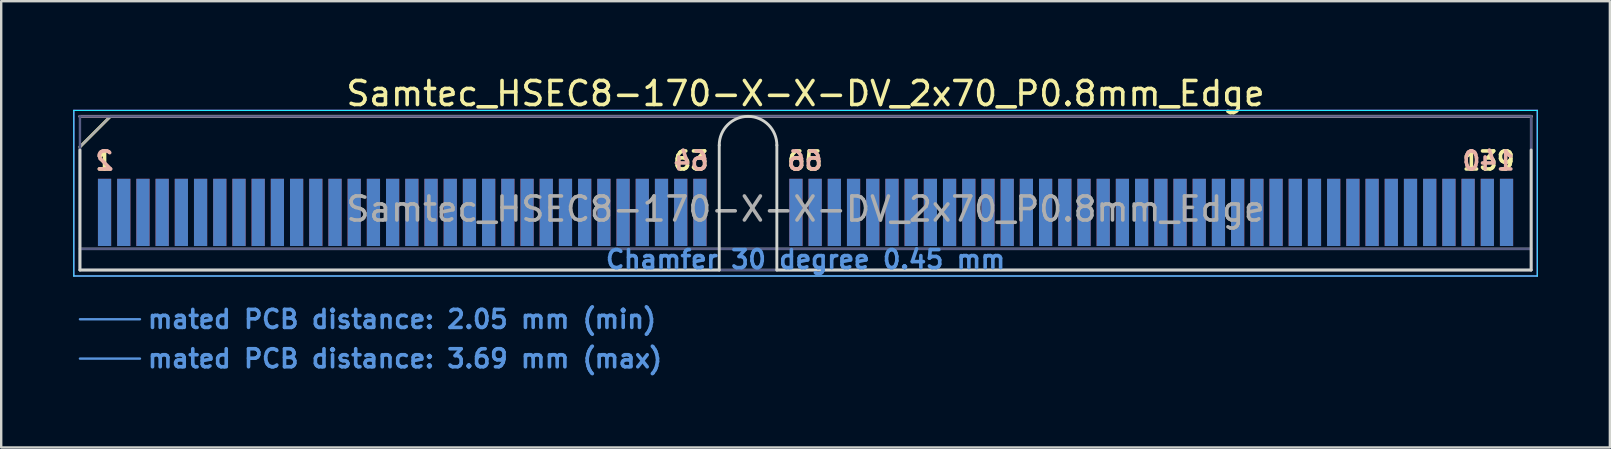
<source format=kicad_pcb>
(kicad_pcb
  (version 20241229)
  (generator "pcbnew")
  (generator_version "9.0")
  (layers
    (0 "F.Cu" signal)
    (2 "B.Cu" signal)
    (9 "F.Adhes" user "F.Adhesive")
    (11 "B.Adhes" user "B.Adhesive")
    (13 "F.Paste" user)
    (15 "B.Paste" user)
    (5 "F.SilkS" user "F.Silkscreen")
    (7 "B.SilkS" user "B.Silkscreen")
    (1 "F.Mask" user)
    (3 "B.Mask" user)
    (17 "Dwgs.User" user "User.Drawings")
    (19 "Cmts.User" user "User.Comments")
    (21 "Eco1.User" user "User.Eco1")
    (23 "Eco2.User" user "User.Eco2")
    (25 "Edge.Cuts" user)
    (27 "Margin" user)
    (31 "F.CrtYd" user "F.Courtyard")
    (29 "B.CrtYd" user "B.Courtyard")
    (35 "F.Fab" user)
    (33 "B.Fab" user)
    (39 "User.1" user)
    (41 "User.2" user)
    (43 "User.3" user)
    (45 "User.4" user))
  (footprint "Samtec_HSEC8-170-X-X-DV_2x70_P0.8mm_Edge"
    (layer "F.Cu")
    (at 30.505 8.198)
    (property "Reference" "Samtec_HSEC8-170-X-X-DV_2x70_P0.8mm_Edge" (at 0 -7.35 0) (layer "F.SilkS") (effects (font (size 1 1) (thickness 0.15))))
    (attr exclude_from_pos_files exclude_from_bom)
    (fp_line (start -30.225 -5.13) (end -28.955 -6.4) (stroke (width 0.12) (type solid)) (layer "F.SilkS"))
    (fp_line (start -28.955 -6.4) (end 30.225 -6.4) (stroke (width 0.12) (type solid)) (layer "F.SilkS"))
    (fp_line (start -30.225 -6.4) (end -30.225 -6.4) (stroke (width 0.12) (type solid)) (layer "B.SilkS"))
    (fp_line (start -30.225 -6.4) (end 30.225 -6.4) (stroke (width 0.12) (type solid)) (layer "B.SilkS"))
    (fp_line (start -30.225 2.05) (end -27.725 2.05) (stroke (width 0.1) (type solid)) (layer "Cmts.User"))
    (fp_line (start -30.225 3.69) (end -27.725 3.69) (stroke (width 0.1) (type solid)) (layer "Cmts.User"))
    (fp_line (start -30.225 -5) (end -30.225 0) (stroke (width 0.12) (type solid)) (layer "Edge.Cuts"))
    (fp_line (start -30.225 0) (end -3.595 0) (stroke (width 0.12) (type solid)) (layer "Edge.Cuts"))
    (fp_line (start -3.595 0) (end -3.595 -5.2) (stroke (width 0.12) (type solid)) (layer "Edge.Cuts"))
    (fp_line (start -1.195 -5.2) (end -1.195 0) (stroke (width 0.12) (type solid)) (layer "Edge.Cuts"))
    (fp_line (start -1.195 0) (end 30.225 0) (stroke (width 0.12) (type solid)) (layer "Edge.Cuts"))
    (fp_line (start 30.225 0) (end 30.225 -5) (stroke (width 0.12) (type solid)) (layer "Edge.Cuts"))
    (fp_arc (start -3.595 -5.2) (mid -2.395 -6.4) (end -1.195 -5.2) (stroke (width 0.12) (type solid)) (layer "Edge.Cuts"))
    (fp_line (start -30.48 -6.65) (end -30.48 0.25) (stroke (width 0.05) (type solid)) (layer "B.CrtYd"))
    (fp_line (start -30.48 0.25) (end 30.48 0.25) (stroke (width 0.05) (type solid)) (layer "B.CrtYd"))
    (fp_line (start 30.48 -6.65) (end -30.48 -6.65) (stroke (width 0.05) (type solid)) (layer "B.CrtYd"))
    (fp_line (start 30.48 0.25) (end 30.48 -6.65) (stroke (width 0.05) (type solid)) (layer "B.CrtYd"))
    (fp_line (start -30.48 -6.65) (end -30.48 0.25) (stroke (width 0.05) (type solid)) (layer "F.CrtYd"))
    (fp_line (start -30.48 0.25) (end 30.48 0.25) (stroke (width 0.05) (type solid)) (layer "F.CrtYd"))
    (fp_line (start 30.48 -6.65) (end -30.48 -6.65) (stroke (width 0.05) (type solid)) (layer "F.CrtYd"))
    (fp_line (start 30.48 0.25) (end 30.48 -6.65) (stroke (width 0.05) (type solid)) (layer "F.CrtYd"))
    (fp_line (start -30.225 -6.4) (end -30.225 -6.4) (stroke (width 0.1) (type solid)) (layer "B.Fab"))
    (fp_line (start -30.225 -6.4) (end -30.225 0) (stroke (width 0.1) (type solid)) (layer "B.Fab"))
    (fp_line (start -30.225 -6.4) (end 30.225 -6.4) (stroke (width 0.1) (type solid)) (layer "B.Fab"))
    (fp_line (start -30.225 -0.88) (end 30.225 -0.88) (stroke (width 0.1) (type solid)) (layer "B.Fab"))
    (fp_line (start -30.225 0) (end 30.225 0) (stroke (width 0.1) (type solid)) (layer "B.Fab"))
    (fp_line (start 30.225 -6.4) (end 30.225 0) (stroke (width 0.1) (type solid)) (layer "B.Fab"))
    (fp_line (start -30.225 -5.13) (end -30.225 0) (stroke (width 0.1) (type solid)) (layer "F.Fab"))
    (fp_line (start -30.225 -5.13) (end -28.955 -6.4) (stroke (width 0.1) (type solid)) (layer "F.Fab"))
    (fp_line (start -30.225 -0.88) (end 30.225 -0.88) (stroke (width 0.1) (type solid)) (layer "F.Fab"))
    (fp_line (start -30.225 0) (end 30.225 0) (stroke (width 0.1) (type solid)) (layer "F.Fab"))
    (fp_line (start -28.955 -6.4) (end 30.225 -6.4) (stroke (width 0.1) (type solid)) (layer "F.Fab"))
    (fp_line (start 30.225 -6.4) (end 30.225 0) (stroke (width 0.1) (type solid)) (layer "F.Fab"))
    (fp_text user "1" (at -29.2 -4.55 0) (layer "F.SilkS") (effects (font (size 0.75 0.75) (thickness 0.15))))
    (fp_text user "139" (at 28.45 -4.55 0) (layer "F.SilkS") (effects (font (size 0.75 0.75) (thickness 0.15))))
    (fp_text user "65" (at -0.025 -4.55 0) (layer "F.SilkS") (effects (font (size 0.75 0.75) (thickness 0.15))))
    (fp_text user "63" (at -4.775 -4.55 0) (layer "F.SilkS") (effects (font (size 0.75 0.75) (thickness 0.15))))
    (fp_text user "140" (at 28.45 -4.55 0) (layer "B.SilkS") (effects (font (size 0.75 0.75) (thickness 0.15)) (justify mirror)))
    (fp_text user "64" (at -4.775 -4.55 0) (layer "B.SilkS") (effects (font (size 0.75 0.75) (thickness 0.15)) (justify mirror)))
    (fp_text user "66" (at -0.025 -4.55 0) (layer "B.SilkS") (effects (font (size 0.75 0.75) (thickness 0.15)) (justify mirror)))
    (fp_text user "2" (at -29.2 -4.55 0) (layer "B.SilkS") (effects (font (size 0.75 0.75) (thickness 0.15)) (justify mirror)))
    (fp_text user "mated PCB distance: 3.69 mm (max)" (at -27.48 3.69 0) (layer "Cmts.User") (effects (font (size 0.75 0.75) (thickness 0.15)) (justify left)))
    (fp_text user "mated PCB distance: 2.05 mm (min)" (at -27.48 2.05 0) (layer "Cmts.User") (effects (font (size 0.75 0.75) (thickness 0.15)) (justify left)))
    (fp_text user "Chamfer 30 degree 0.45 mm" (at 0 -0.44 0) (layer "Cmts.User") (effects (font (size 0.75 0.75) (thickness 0.15))))
    (fp_text user "${REFERENCE}" (at 0 -2.54 0) (layer "F.Fab") (effects (font (size 1 1) (thickness 0.15))))
    (pad "1" connect rect (at -29.2 -2.4) (size 0.55 2.8) (layers "F.Cu" "F.Mask"))
    (pad "2" connect rect (at -29.2 -2.4) (size 0.55 2.8) (layers "B.Cu" "B.Mask"))
    (pad "3" connect rect (at -28.4 -2.4) (size 0.55 2.8) (layers "F.Cu" "F.Mask"))
    (pad "4" connect rect (at -28.4 -2.4) (size 0.55 2.8) (layers "B.Cu" "B.Mask"))
    (pad "5" connect rect (at -27.6 -2.4) (size 0.55 2.8) (layers "F.Cu" "F.Mask"))
    (pad "6" connect rect (at -27.6 -2.4) (size 0.55 2.8) (layers "B.Cu" "B.Mask"))
    (pad "7" connect rect (at -26.8 -2.4) (size 0.55 2.8) (layers "F.Cu" "F.Mask"))
    (pad "8" connect rect (at -26.8 -2.4) (size 0.55 2.8) (layers "B.Cu" "B.Mask"))
    (pad "9" connect rect (at -26 -2.4) (size 0.55 2.8) (layers "F.Cu" "F.Mask"))
    (pad "10" connect rect (at -26 -2.4) (size 0.55 2.8) (layers "B.Cu" "B.Mask"))
    (pad "11" connect rect (at -25.2 -2.4) (size 0.55 2.8) (layers "F.Cu" "F.Mask"))
    (pad "12" connect rect (at -25.2 -2.4) (size 0.55 2.8) (layers "B.Cu" "B.Mask"))
    (pad "13" connect rect (at -24.4 -2.4) (size 0.55 2.8) (layers "F.Cu" "F.Mask"))
    (pad "14" connect rect (at -24.4 -2.4) (size 0.55 2.8) (layers "B.Cu" "B.Mask"))
    (pad "15" connect rect (at -23.6 -2.4) (size 0.55 2.8) (layers "F.Cu" "F.Mask"))
    (pad "16" connect rect (at -23.6 -2.4) (size 0.55 2.8) (layers "B.Cu" "B.Mask"))
    (pad "17" connect rect (at -22.8 -2.4) (size 0.55 2.8) (layers "F.Cu" "F.Mask"))
    (pad "18" connect rect (at -22.8 -2.4) (size 0.55 2.8) (layers "B.Cu" "B.Mask"))
    (pad "19" connect rect (at -22 -2.4) (size 0.55 2.8) (layers "F.Cu" "F.Mask"))
    (pad "20" connect rect (at -22 -2.4) (size 0.55 2.8) (layers "B.Cu" "B.Mask"))
    (pad "21" connect rect (at -21.2 -2.4) (size 0.55 2.8) (layers "F.Cu" "F.Mask"))
    (pad "22" connect rect (at -21.2 -2.4) (size 0.55 2.8) (layers "B.Cu" "B.Mask"))
    (pad "23" connect rect (at -20.4 -2.4) (size 0.55 2.8) (layers "F.Cu" "F.Mask"))
    (pad "24" connect rect (at -20.4 -2.4) (size 0.55 2.8) (layers "B.Cu" "B.Mask"))
    (pad "25" connect rect (at -19.6 -2.4) (size 0.55 2.8) (layers "F.Cu" "F.Mask"))
    (pad "26" connect rect (at -19.6 -2.4) (size 0.55 2.8) (layers "B.Cu" "B.Mask"))
    (pad "27" connect rect (at -18.8 -2.4) (size 0.55 2.8) (layers "F.Cu" "F.Mask"))
    (pad "28" connect rect (at -18.8 -2.4) (size 0.55 2.8) (layers "B.Cu" "B.Mask"))
    (pad "29" connect rect (at -18 -2.4) (size 0.55 2.8) (layers "F.Cu" "F.Mask"))
    (pad "30" connect rect (at -18 -2.4) (size 0.55 2.8) (layers "B.Cu" "B.Mask"))
    (pad "31" connect rect (at -17.2 -2.4) (size 0.55 2.8) (layers "F.Cu" "F.Mask"))
    (pad "32" connect rect (at -17.2 -2.4) (size 0.55 2.8) (layers "B.Cu" "B.Mask"))
    (pad "33" connect rect (at -16.4 -2.4) (size 0.55 2.8) (layers "F.Cu" "F.Mask"))
    (pad "34" connect rect (at -16.4 -2.4) (size 0.55 2.8) (layers "B.Cu" "B.Mask"))
    (pad "35" connect rect (at -15.6 -2.4) (size 0.55 2.8) (layers "F.Cu" "F.Mask"))
    (pad "36" connect rect (at -15.6 -2.4) (size 0.55 2.8) (layers "B.Cu" "B.Mask"))
    (pad "37" connect rect (at -14.8 -2.4) (size 0.55 2.8) (layers "F.Cu" "F.Mask"))
    (pad "38" connect rect (at -14.8 -2.4) (size 0.55 2.8) (layers "B.Cu" "B.Mask"))
    (pad "39" connect rect (at -14 -2.4) (size 0.55 2.8) (layers "F.Cu" "F.Mask"))
    (pad "40" connect rect (at -14 -2.4) (size 0.55 2.8) (layers "B.Cu" "B.Mask"))
    (pad "41" connect rect (at -13.2 -2.4) (size 0.55 2.8) (layers "F.Cu" "F.Mask"))
    (pad "42" connect rect (at -13.2 -2.4) (size 0.55 2.8) (layers "B.Cu" "B.Mask"))
    (pad "43" connect rect (at -12.4 -2.4) (size 0.55 2.8) (layers "F.Cu" "F.Mask"))
    (pad "44" connect rect (at -12.4 -2.4) (size 0.55 2.8) (layers "B.Cu" "B.Mask"))
    (pad "45" connect rect (at -11.6 -2.4) (size 0.55 2.8) (layers "F.Cu" "F.Mask"))
    (pad "46" connect rect (at -11.6 -2.4) (size 0.55 2.8) (layers "B.Cu" "B.Mask"))
    (pad "47" connect rect (at -10.8 -2.4) (size 0.55 2.8) (layers "F.Cu" "F.Mask"))
    (pad "48" connect rect (at -10.8 -2.4) (size 0.55 2.8) (layers "B.Cu" "B.Mask"))
    (pad "49" connect rect (at -10 -2.4) (size 0.55 2.8) (layers "F.Cu" "F.Mask"))
    (pad "50" connect rect (at -10 -2.4) (size 0.55 2.8) (layers "B.Cu" "B.Mask"))
    (pad "51" connect rect (at -9.2 -2.4) (size 0.55 2.8) (layers "F.Cu" "F.Mask"))
    (pad "52" connect rect (at -9.2 -2.4) (size 0.55 2.8) (layers "B.Cu" "B.Mask"))
    (pad "53" connect rect (at -8.4 -2.4) (size 0.55 2.8) (layers "F.Cu" "F.Mask"))
    (pad "54" connect rect (at -8.4 -2.4) (size 0.55 2.8) (layers "B.Cu" "B.Mask"))
    (pad "55" connect rect (at -7.6 -2.4) (size 0.55 2.8) (layers "F.Cu" "F.Mask"))
    (pad "56" connect rect (at -7.6 -2.4) (size 0.55 2.8) (layers "B.Cu" "B.Mask"))
    (pad "57" connect rect (at -6.8 -2.4) (size 0.55 2.8) (layers "F.Cu" "F.Mask"))
    (pad "58" connect rect (at -6.8 -2.4) (size 0.55 2.8) (layers "B.Cu" "B.Mask"))
    (pad "59" connect rect (at -6 -2.4) (size 0.55 2.8) (layers "F.Cu" "F.Mask"))
    (pad "60" connect rect (at -6 -2.4) (size 0.55 2.8) (layers "B.Cu" "B.Mask"))
    (pad "61" connect rect (at -5.2 -2.4) (size 0.55 2.8) (layers "F.Cu" "F.Mask"))
    (pad "62" connect rect (at -5.2 -2.4) (size 0.55 2.8) (layers "B.Cu" "B.Mask"))
    (pad "63" connect rect (at -4.4 -2.4) (size 0.55 2.8) (layers "F.Cu" "F.Mask"))
    (pad "64" connect rect (at -4.4 -2.4) (size 0.55 2.8) (layers "B.Cu" "B.Mask"))
    (pad "65" connect rect (at -0.4 -2.4) (size 0.55 2.8) (layers "F.Cu" "F.Mask"))
    (pad "66" connect rect (at -0.4 -2.4) (size 0.55 2.8) (layers "B.Cu" "B.Mask"))
    (pad "67" connect rect (at 0.4 -2.4) (size 0.55 2.8) (layers "F.Cu" "F.Mask"))
    (pad "68" connect rect (at 0.4 -2.4) (size 0.55 2.8) (layers "B.Cu" "B.Mask"))
    (pad "69" connect rect (at 1.2 -2.4) (size 0.55 2.8) (layers "F.Cu" "F.Mask"))
    (pad "70" connect rect (at 1.2 -2.4) (size 0.55 2.8) (layers "B.Cu" "B.Mask"))
    (pad "71" connect rect (at 2 -2.4) (size 0.55 2.8) (layers "F.Cu" "F.Mask"))
    (pad "72" connect rect (at 2 -2.4) (size 0.55 2.8) (layers "B.Cu" "B.Mask"))
    (pad "73" connect rect (at 2.8 -2.4) (size 0.55 2.8) (layers "F.Cu" "F.Mask"))
    (pad "74" connect rect (at 2.8 -2.4) (size 0.55 2.8) (layers "B.Cu" "B.Mask"))
    (pad "75" connect rect (at 3.6 -2.4) (size 0.55 2.8) (layers "F.Cu" "F.Mask"))
    (pad "76" connect rect (at 3.6 -2.4) (size 0.55 2.8) (layers "B.Cu" "B.Mask"))
    (pad "77" connect rect (at 4.4 -2.4) (size 0.55 2.8) (layers "F.Cu" "F.Mask"))
    (pad "78" connect rect (at 4.4 -2.4) (size 0.55 2.8) (layers "B.Cu" "B.Mask"))
    (pad "79" connect rect (at 5.2 -2.4) (size 0.55 2.8) (layers "F.Cu" "F.Mask"))
    (pad "80" connect rect (at 5.2 -2.4) (size 0.55 2.8) (layers "B.Cu" "B.Mask"))
    (pad "81" connect rect (at 6 -2.4) (size 0.55 2.8) (layers "F.Cu" "F.Mask"))
    (pad "82" connect rect (at 6 -2.4) (size 0.55 2.8) (layers "B.Cu" "B.Mask"))
    (pad "83" connect rect (at 6.8 -2.4) (size 0.55 2.8) (layers "F.Cu" "F.Mask"))
    (pad "84" connect rect (at 6.8 -2.4) (size 0.55 2.8) (layers "B.Cu" "B.Mask"))
    (pad "85" connect rect (at 7.6 -2.4) (size 0.55 2.8) (layers "F.Cu" "F.Mask"))
    (pad "86" connect rect (at 7.6 -2.4) (size 0.55 2.8) (layers "B.Cu" "B.Mask"))
    (pad "87" connect rect (at 8.4 -2.4) (size 0.55 2.8) (layers "F.Cu" "F.Mask"))
    (pad "88" connect rect (at 8.4 -2.4) (size 0.55 2.8) (layers "B.Cu" "B.Mask"))
    (pad "89" connect rect (at 9.2 -2.4) (size 0.55 2.8) (layers "F.Cu" "F.Mask"))
    (pad "90" connect rect (at 9.2 -2.4) (size 0.55 2.8) (layers "B.Cu" "B.Mask"))
    (pad "91" connect rect (at 10 -2.4) (size 0.55 2.8) (layers "F.Cu" "F.Mask"))
    (pad "92" connect rect (at 10 -2.4) (size 0.55 2.8) (layers "B.Cu" "B.Mask"))
    (pad "93" connect rect (at 10.8 -2.4) (size 0.55 2.8) (layers "F.Cu" "F.Mask"))
    (pad "94" connect rect (at 10.8 -2.4) (size 0.55 2.8) (layers "B.Cu" "B.Mask"))
    (pad "95" connect rect (at 11.6 -2.4) (size 0.55 2.8) (layers "F.Cu" "F.Mask"))
    (pad "96" connect rect (at 11.6 -2.4) (size 0.55 2.8) (layers "B.Cu" "B.Mask"))
    (pad "97" connect rect (at 12.4 -2.4) (size 0.55 2.8) (layers "F.Cu" "F.Mask"))
    (pad "98" connect rect (at 12.4 -2.4) (size 0.55 2.8) (layers "B.Cu" "B.Mask"))
    (pad "99" connect rect (at 13.2 -2.4) (size 0.55 2.8) (layers "F.Cu" "F.Mask"))
    (pad "100" connect rect (at 13.2 -2.4) (size 0.55 2.8) (layers "B.Cu" "B.Mask"))
    (pad "101" connect rect (at 14 -2.4) (size 0.55 2.8) (layers "F.Cu" "F.Mask"))
    (pad "102" connect rect (at 14 -2.4) (size 0.55 2.8) (layers "B.Cu" "B.Mask"))
    (pad "103" connect rect (at 14.8 -2.4) (size 0.55 2.8) (layers "F.Cu" "F.Mask"))
    (pad "104" connect rect (at 14.8 -2.4) (size 0.55 2.8) (layers "B.Cu" "B.Mask"))
    (pad "105" connect rect (at 15.6 -2.4) (size 0.55 2.8) (layers "F.Cu" "F.Mask"))
    (pad "106" connect rect (at 15.6 -2.4) (size 0.55 2.8) (layers "B.Cu" "B.Mask"))
    (pad "107" connect rect (at 16.4 -2.4) (size 0.55 2.8) (layers "F.Cu" "F.Mask"))
    (pad "108" connect rect (at 16.4 -2.4) (size 0.55 2.8) (layers "B.Cu" "B.Mask"))
    (pad "109" connect rect (at 17.2 -2.4) (size 0.55 2.8) (layers "F.Cu" "F.Mask"))
    (pad "110" connect rect (at 17.2 -2.4) (size 0.55 2.8) (layers "B.Cu" "B.Mask"))
    (pad "111" connect rect (at 18 -2.4) (size 0.55 2.8) (layers "F.Cu" "F.Mask"))
    (pad "112" connect rect (at 18 -2.4) (size 0.55 2.8) (layers "B.Cu" "B.Mask"))
    (pad "113" connect rect (at 18.8 -2.4) (size 0.55 2.8) (layers "F.Cu" "F.Mask"))
    (pad "114" connect rect (at 18.8 -2.4) (size 0.55 2.8) (layers "B.Cu" "B.Mask"))
    (pad "115" connect rect (at 19.6 -2.4) (size 0.55 2.8) (layers "F.Cu" "F.Mask"))
    (pad "116" connect rect (at 19.6 -2.4) (size 0.55 2.8) (layers "B.Cu" "B.Mask"))
    (pad "117" connect rect (at 20.4 -2.4) (size 0.55 2.8) (layers "F.Cu" "F.Mask"))
    (pad "118" connect rect (at 20.4 -2.4) (size 0.55 2.8) (layers "B.Cu" "B.Mask"))
    (pad "119" connect rect (at 21.2 -2.4) (size 0.55 2.8) (layers "F.Cu" "F.Mask"))
    (pad "120" connect rect (at 21.2 -2.4) (size 0.55 2.8) (layers "B.Cu" "B.Mask"))
    (pad "121" connect rect (at 22 -2.4) (size 0.55 2.8) (layers "F.Cu" "F.Mask"))
    (pad "122" connect rect (at 22 -2.4) (size 0.55 2.8) (layers "B.Cu" "B.Mask"))
    (pad "123" connect rect (at 22.8 -2.4) (size 0.55 2.8) (layers "F.Cu" "F.Mask"))
    (pad "124" connect rect (at 22.8 -2.4) (size 0.55 2.8) (layers "B.Cu" "B.Mask"))
    (pad "125" connect rect (at 23.6 -2.4) (size 0.55 2.8) (layers "F.Cu" "F.Mask"))
    (pad "126" connect rect (at 23.6 -2.4) (size 0.55 2.8) (layers "B.Cu" "B.Mask"))
    (pad "127" connect rect (at 24.4 -2.4) (size 0.55 2.8) (layers "F.Cu" "F.Mask"))
    (pad "128" connect rect (at 24.4 -2.4) (size 0.55 2.8) (layers "B.Cu" "B.Mask"))
    (pad "129" connect rect (at 25.2 -2.4) (size 0.55 2.8) (layers "F.Cu" "F.Mask"))
    (pad "130" connect rect (at 25.2 -2.4) (size 0.55 2.8) (layers "B.Cu" "B.Mask"))
    (pad "131" connect rect (at 26 -2.4) (size 0.55 2.8) (layers "F.Cu" "F.Mask"))
    (pad "132" connect rect (at 26 -2.4) (size 0.55 2.8) (layers "B.Cu" "B.Mask"))
    (pad "133" connect rect (at 26.8 -2.4) (size 0.55 2.8) (layers "F.Cu" "F.Mask"))
    (pad "134" connect rect (at 26.8 -2.4) (size 0.55 2.8) (layers "B.Cu" "B.Mask"))
    (pad "135" connect rect (at 27.6 -2.4) (size 0.55 2.8) (layers "F.Cu" "F.Mask"))
    (pad "136" connect rect (at 27.6 -2.4) (size 0.55 2.8) (layers "B.Cu" "B.Mask"))
    (pad "137" connect rect (at 28.4 -2.4) (size 0.55 2.8) (layers "F.Cu" "F.Mask"))
    (pad "138" connect rect (at 28.4 -2.4) (size 0.55 2.8) (layers "B.Cu" "B.Mask"))
    (pad "139" connect rect (at 29.2 -2.4) (size 0.55 2.8) (layers "F.Cu" "F.Mask"))
    (pad "140" connect rect (at 29.2 -2.4) (size 0.55 2.8) (layers "B.Cu" "B.Mask")))
  (gr_rect
    (start -3 -3)
    (end 64.01 15.59)
    (stroke (width 0.1) (type default))
    (fill no)
    (layer "Edge.Cuts")))
</source>
